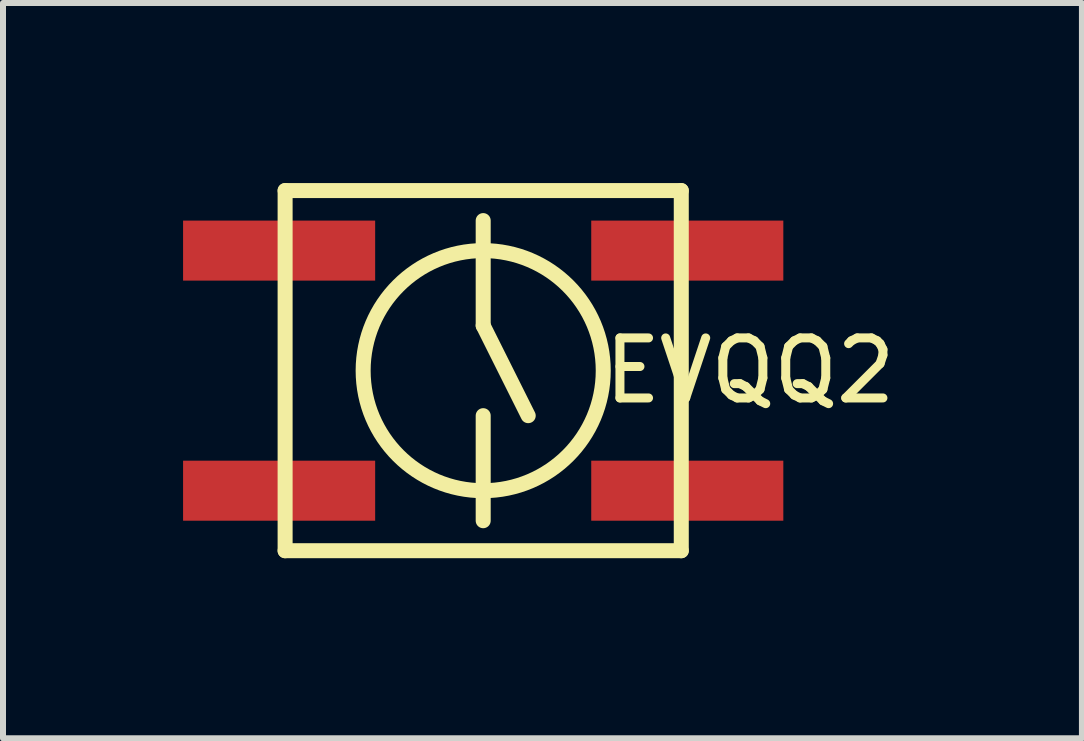
<source format=kicad_pcb>
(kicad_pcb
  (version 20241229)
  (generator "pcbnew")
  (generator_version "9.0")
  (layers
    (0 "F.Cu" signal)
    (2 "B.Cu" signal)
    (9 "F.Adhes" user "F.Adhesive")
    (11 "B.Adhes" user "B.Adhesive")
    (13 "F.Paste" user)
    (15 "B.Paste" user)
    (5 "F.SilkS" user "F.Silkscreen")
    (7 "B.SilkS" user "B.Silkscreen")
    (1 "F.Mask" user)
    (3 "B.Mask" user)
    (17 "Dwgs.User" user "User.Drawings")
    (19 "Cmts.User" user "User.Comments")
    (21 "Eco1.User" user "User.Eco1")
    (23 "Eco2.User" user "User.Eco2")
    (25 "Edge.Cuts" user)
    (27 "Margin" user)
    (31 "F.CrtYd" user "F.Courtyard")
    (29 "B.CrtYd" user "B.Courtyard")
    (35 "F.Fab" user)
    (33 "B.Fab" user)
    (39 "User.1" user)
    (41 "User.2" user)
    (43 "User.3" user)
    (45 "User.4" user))
  (footprint "EVQQ2"
    (layer "F.Cu")
    (at 5 3.125)
    (property "Reference" "EVQQ2" (at 4.445 0 0) (layer "F.SilkS") (effects (font (size 1 1) (thickness 0.15))))
    (attr through_hole)
    (fp_line (start -3.3 -3) (end -3.3 3) (stroke (width 0.25) (type solid)) (layer "F.SilkS"))
    (fp_line (start -3.3 3) (end 3.3 3) (stroke (width 0.25) (type solid)) (layer "F.SilkS"))
    (fp_line (start 0 -0.75) (end 0 -2.5) (stroke (width 0.25) (type solid)) (layer "F.SilkS"))
    (fp_line (start 0 2.5) (end 0 0.75) (stroke (width 0.25) (type solid)) (layer "F.SilkS"))
    (fp_line (start 0.75 0.75) (end 0 -0.75) (stroke (width 0.25) (type solid)) (layer "F.SilkS"))
    (fp_line (start 3.3 -3) (end -3.3 -3) (stroke (width 0.25) (type solid)) (layer "F.SilkS"))
    (fp_line (start 3.3 3) (end 3.3 -3) (stroke (width 0.25) (type solid)) (layer "F.SilkS"))
    (fp_circle (center 0 0) (end 2 0) (stroke (width 0.25) (type solid)) (fill no) (layer "F.SilkS"))
    (pad "A" smd rect (at -3.4 -2) (size 3.2 1) (layers "F.Cu" "F.Mask" "F.Paste"))
    (pad "A'" smd rect (at 3.4 -2) (size 3.2 1) (layers "F.Cu" "F.Mask" "F.Paste"))
    (pad "B" smd rect (at -3.4 2) (size 3.2 1) (layers "F.Cu" "F.Mask" "F.Paste"))
    (pad "B'" smd rect (at 3.4 2) (size 3.2 1) (layers "F.Cu" "F.Mask" "F.Paste")))
  (gr_rect
    (start -3 -3)
    (end 14.975 9.25)
    (stroke (width 0.1) (type default))
    (fill no)
    (layer "Edge.Cuts")))
</source>
